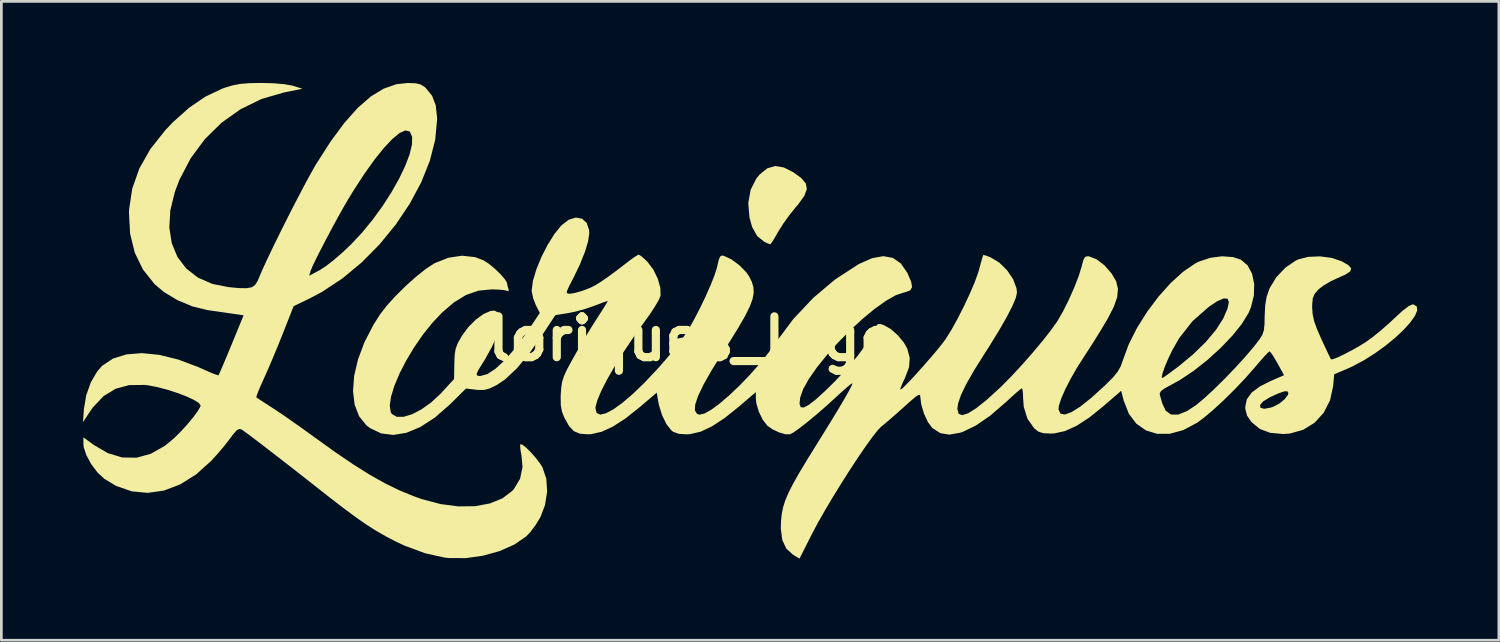
<source format=kicad_pcb>
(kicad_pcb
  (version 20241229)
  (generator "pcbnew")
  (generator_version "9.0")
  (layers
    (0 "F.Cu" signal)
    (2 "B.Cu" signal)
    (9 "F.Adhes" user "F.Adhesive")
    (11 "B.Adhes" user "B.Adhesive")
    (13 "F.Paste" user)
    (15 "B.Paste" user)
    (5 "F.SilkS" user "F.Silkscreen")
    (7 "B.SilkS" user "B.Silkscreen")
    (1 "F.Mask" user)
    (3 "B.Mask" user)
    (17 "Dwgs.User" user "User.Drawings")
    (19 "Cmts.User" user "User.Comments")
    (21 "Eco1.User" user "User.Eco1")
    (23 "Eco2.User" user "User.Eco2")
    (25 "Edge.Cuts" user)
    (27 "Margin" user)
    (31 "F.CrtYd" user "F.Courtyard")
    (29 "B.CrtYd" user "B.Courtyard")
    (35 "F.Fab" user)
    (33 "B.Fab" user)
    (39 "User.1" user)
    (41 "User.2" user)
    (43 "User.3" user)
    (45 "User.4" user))
  (footprint "loriques_logo"
    (layer "F.Cu")
    (at 22.418 9.402)
    (property "Reference" "loriques_logo" (at 0 0 0) (layer "F.SilkS") (effects (font (size 1.5 1.5) (thickness 0.3))))
    (attr board_only exclude_from_pos_files exclude_from_bom)
    (fp_poly (pts (xy 3.352 -6.294) (xy 3.696 -6.119) (xy 3.992 -5.905) (xy 4.157 -5.706) (xy 4.193 -5.497) (xy 4.103 -5.255) (xy 3.888 -4.955) (xy 3.793 -4.843) (xy 3.554 -4.547) (xy 3.32 -4.22) (xy 3.138 -3.931) (xy 3.131 -3.919) (xy 3.003 -3.693) (xy 2.901 -3.532) (xy 2.847 -3.47) (xy 2.847 -3.47) (xy 2.759 -3.501) (xy 2.628 -3.564) (xy 2.369 -3.773) (xy 2.183 -4.103) (xy 2.084 -4.457) (xy 2.04 -4.99) (xy 2.127 -5.474) (xy 2.338 -5.891) (xy 2.463 -6.041) (xy 2.742 -6.265) (xy 3.032 -6.349)) (stroke (width 0) (type solid)) (fill yes) (layer "F.SilkS"))
    (fp_poly (pts (xy -15.413 -9.391) (xy -15.025 -9.358) (xy -14.737 -9.309) (xy -14.691 -9.296) (xy -14.351 -9.19) (xy -15.03 -9.053) (xy -15.856 -8.812) (xy -16.624 -8.437) (xy -17.323 -7.941) (xy -17.939 -7.335) (xy -18.459 -6.631) (xy -18.872 -5.841) (xy -19.04 -5.398) (xy -19.207 -4.717) (xy -19.243 -4.084) (xy -19.154 -3.51) (xy -18.945 -3.006) (xy -18.623 -2.582) (xy -18.194 -2.248) (xy -17.662 -2.015) (xy -17.068 -1.896) (xy -16.672 -1.861) (xy -16.397 -1.857) (xy -16.212 -1.892) (xy -16.09 -1.977) (xy -16 -2.119) (xy -15.947 -2.243) (xy -15.916 -2.316) (xy -14.102 -2.316) (xy -13.697 -2.531) (xy -13.478 -2.674) (xy -13.189 -2.9) (xy -12.867 -3.18) (xy -12.565 -3.466) (xy -12.152 -3.907) (xy -11.759 -4.387) (xy -11.396 -4.888) (xy -11.071 -5.395) (xy -10.793 -5.89) (xy -10.569 -6.357) (xy -10.41 -6.779) (xy -10.323 -7.139) (xy -10.317 -7.421) (xy -10.4 -7.608) (xy -10.418 -7.624) (xy -10.569 -7.656) (xy -10.779 -7.561) (xy -11.041 -7.346) (xy -11.348 -7.021) (xy -11.692 -6.594) (xy -12.065 -6.073) (xy -12.461 -5.465) (xy -12.665 -5.131) (xy -12.843 -4.826) (xy -13.048 -4.46) (xy -13.265 -4.06) (xy -13.481 -3.654) (xy -13.681 -3.268) (xy -13.851 -2.93) (xy -13.978 -2.667) (xy -14.045 -2.506) (xy -14.049 -2.495) (xy -14.102 -2.316) (xy -15.916 -2.316) (xy -15.822 -2.535) (xy -15.639 -2.933) (xy -15.412 -3.407) (xy -15.155 -3.93) (xy -14.882 -4.475) (xy -14.607 -5.013) (xy -14.344 -5.516) (xy -14.108 -5.957) (xy -13.912 -6.307) (xy -13.847 -6.417) (xy -13.315 -7.249) (xy -12.805 -7.938) (xy -12.315 -8.488) (xy -11.836 -8.905) (xy -11.365 -9.192) (xy -10.896 -9.356) (xy -10.484 -9.401) (xy -10.202 -9.392) (xy -10.015 -9.351) (xy -9.87 -9.264) (xy -9.812 -9.213) (xy -9.583 -8.93) (xy -9.449 -8.577) (xy -9.4 -8.126) (xy -9.399 -8.056) (xy -9.469 -7.313) (xy -9.668 -6.537) (xy -9.984 -5.748) (xy -10.405 -4.962) (xy -10.918 -4.198) (xy -11.509 -3.475) (xy -12.167 -2.809) (xy -12.878 -2.218) (xy -13.63 -1.722) (xy -14.059 -1.494) (xy -14.674 -1.196) (xy -15.068 -0.196) (xy -15.243 0.24) (xy -15.432 0.696) (xy -15.613 1.119) (xy -15.763 1.456) (xy -15.768 1.466) (xy -15.896 1.751) (xy -15.991 1.981) (xy -16.041 2.125) (xy -16.044 2.156) (xy -15.971 2.207) (xy -15.801 2.318) (xy -15.565 2.471) (xy -15.447 2.547) (xy -15.176 2.726) (xy -14.824 2.968) (xy -14.431 3.245) (xy -14.037 3.528) (xy -13.92 3.613) (xy -13.154 4.163) (xy -12.479 4.622) (xy -11.874 5.002) (xy -11.318 5.314) (xy -10.792 5.571) (xy -10.275 5.784) (xy -9.956 5.898) (xy -9.274 6.079) (xy -8.618 6.164) (xy -8.007 6.156) (xy -7.458 6.056) (xy -6.993 5.866) (xy -6.63 5.588) (xy -6.576 5.528) (xy -6.347 5.144) (xy -6.259 4.709) (xy -6.297 4.3) (xy -6.336 4.076) (xy -6.347 3.92) (xy -6.338 3.877) (xy -6.261 3.897) (xy -6.122 4.008) (xy -5.949 4.18) (xy -5.77 4.384) (xy -5.613 4.589) (xy -5.523 4.734) (xy -5.384 5.148) (xy -5.354 5.622) (xy -5.432 6.114) (xy -5.6 6.555) (xy -5.771 6.84) (xy -5.971 7.108) (xy -6.121 7.265) (xy -6.56 7.567) (xy -7.103 7.808) (xy -7.711 7.977) (xy -8.345 8.066) (xy -8.966 8.063) (xy -9.135 8.044) (xy -9.837 7.888) (xy -10.585 7.612) (xy -10.949 7.441) (xy -11.306 7.254) (xy -11.647 7.057) (xy -11.995 6.836) (xy -12.375 6.572) (xy -12.81 6.25) (xy -13.326 5.853) (xy -13.584 5.65) (xy -14.189 5.175) (xy -14.752 4.735) (xy -15.262 4.339) (xy -15.706 3.996) (xy -16.074 3.714) (xy -16.354 3.503) (xy -16.535 3.372) (xy -16.593 3.333) (xy -16.681 3.317) (xy -16.783 3.382) (xy -16.924 3.55) (xy -17.003 3.658) (xy -17.206 3.92) (xy -17.46 4.222) (xy -17.7 4.487) (xy -18.259 4.989) (xy -18.84 5.354) (xy -19.436 5.581) (xy -20.034 5.667) (xy -20.625 5.611) (xy -21.199 5.411) (xy -21.636 5.148) (xy -21.885 4.916) (xy -22.113 4.614) (xy -22.29 4.289) (xy -22.39 3.989) (xy -22.401 3.877) (xy -22.402 3.625) (xy -22.032 3.897) (xy -21.505 4.206) (xy -20.977 4.365) (xy -20.45 4.374) (xy -19.927 4.232) (xy -19.411 3.939) (xy -19.074 3.662) (xy -18.826 3.417) (xy -18.582 3.15) (xy -18.365 2.888) (xy -18.198 2.662) (xy -18.105 2.499) (xy -18.093 2.452) (xy -18.162 2.359) (xy -18.349 2.244) (xy -18.624 2.117) (xy -18.96 1.99) (xy -19.324 1.873) (xy -19.69 1.777) (xy -20.026 1.713) (xy -20.145 1.699) (xy -20.717 1.705) (xy -21.218 1.839) (xy -21.657 2.108) (xy -22.046 2.516) (xy -22.195 2.728) (xy -22.418 3.071) (xy -22.381 2.569) (xy -22.297 2.073) (xy -22.128 1.601) (xy -21.894 1.2) (xy -21.709 0.992) (xy -21.311 0.729) (xy -20.821 0.576) (xy -20.251 0.53) (xy -19.612 0.594) (xy -18.917 0.765) (xy -18.178 1.043) (xy -18.032 1.109) (xy -17.768 1.226) (xy -17.562 1.308) (xy -17.447 1.343) (xy -17.435 1.342) (xy -17.397 1.265) (xy -17.313 1.073) (xy -17.193 0.791) (xy -17.048 0.442) (xy -16.959 0.226) (xy -16.513 -0.86) (xy -16.906 -0.918) (xy -17.196 -0.96) (xy -17.55 -1.011) (xy -17.828 -1.05) (xy -18.384 -1.184) (xy -18.94 -1.415) (xy -19.444 -1.718) (xy -19.788 -2.008) (xy -20.214 -2.546) (xy -20.514 -3.164) (xy -20.685 -3.86) (xy -20.727 -4.629) (xy -20.722 -4.749) (xy -20.608 -5.513) (xy -20.347 -6.254) (xy -19.939 -6.975) (xy -19.381 -7.677) (xy -19.116 -7.955) (xy -18.512 -8.494) (xy -17.915 -8.901) (xy -17.303 -9.19) (xy -17.2 -9.228) (xy -16.918 -9.313) (xy -16.641 -9.366) (xy -16.319 -9.394) (xy -15.9 -9.402) (xy -15.863 -9.402)) (stroke (width 0) (type solid)) (fill yes) (layer "F.SilkS"))
    (fp_poly (pts (xy -4.07 -4.412) (xy -3.9 -4.257) (xy -3.812 -3.994) (xy -3.805 -3.879) (xy -3.847 -3.584) (xy -3.964 -3.194) (xy -4.146 -2.738) (xy -4.384 -2.243) (xy -4.397 -2.218) (xy -4.539 -1.944) (xy -4.616 -1.777) (xy -4.633 -1.691) (xy -4.597 -1.659) (xy -4.516 -1.654) (xy -4.349 -1.68) (xy -4.106 -1.747) (xy -3.923 -1.81) (xy -3.748 -1.882) (xy -3.569 -1.974) (xy -3.364 -2.101) (xy -3.112 -2.276) (xy -2.79 -2.515) (xy -2.376 -2.833) (xy -2.312 -2.882) (xy -2.137 -3.008) (xy -2.011 -3.082) (xy -1.983 -3.09) (xy -1.9 -3.04) (xy -1.754 -2.913) (xy -1.658 -2.817) (xy -1.45 -2.541) (xy -1.289 -2.21) (xy -1.193 -1.875) (xy -1.184 -1.591) (xy -1.186 -1.576) (xy -1.248 -1.429) (xy -1.382 -1.197) (xy -1.568 -0.913) (xy -1.751 -0.656) (xy -2.155 -0.092) (xy -2.528 0.464) (xy -2.86 0.995) (xy -3.141 1.483) (xy -3.361 1.911) (xy -3.509 2.261) (xy -3.576 2.514) (xy -3.578 2.559) (xy -3.533 2.73) (xy -3.402 2.79) (xy -3.194 2.743) (xy -2.919 2.596) (xy -2.584 2.355) (xy -2.199 2.026) (xy -1.773 1.615) (xy -1.314 1.129) (xy -1.01 0.785) (xy -0.673 0.382) (xy -0.409 0.038) (xy -0.185 -0.296) (xy 0.03 -0.67) (xy 0.269 -1.132) (xy 0.279 -1.151) (xy 0.478 -1.568) (xy 0.656 -1.971) (xy 0.795 -2.324) (xy 0.882 -2.59) (xy 0.895 -2.645) (xy 0.952 -2.891) (xy 1.005 -3.019) (xy 1.072 -3.058) (xy 1.142 -3.047) (xy 1.421 -2.917) (xy 1.714 -2.701) (xy 1.964 -2.446) (xy 2.07 -2.293) (xy 2.171 -2.091) (xy 2.229 -1.896) (xy 2.24 -1.691) (xy 2.197 -1.458) (xy 2.095 -1.182) (xy 1.928 -0.844) (xy 1.689 -0.429) (xy 1.374 0.081) (xy 1.092 0.521) (xy 0.696 1.157) (xy 0.397 1.683) (xy 0.196 2.102) (xy 0.089 2.419) (xy 0.077 2.638) (xy 0.157 2.761) (xy 0.245 2.791) (xy 0.424 2.753) (xy 0.678 2.612) (xy 0.988 2.383) (xy 1.338 2.084) (xy 1.71 1.731) (xy 2.087 1.341) (xy 2.451 0.929) (xy 2.785 0.513) (xy 3.054 0.135) (xy 3.696 -0.723) (xy 4.428 -1.5) (xy 5.226 -2.174) (xy 6.067 -2.722) (xy 6.127 -2.755) (xy 6.6 -2.963) (xy 7.009 -3.035) (xy 7.357 -2.97) (xy 7.649 -2.767) (xy 7.885 -2.426) (xy 7.905 -2.385) (xy 8.03 -2.091) (xy 8.061 -1.896) (xy 7.994 -1.777) (xy 7.824 -1.712) (xy 7.767 -1.701) (xy 7.464 -1.599) (xy 7.096 -1.39) (xy 6.682 -1.094) (xy 6.24 -0.728) (xy 5.789 -0.312) (xy 5.348 0.134) (xy 4.936 0.593) (xy 4.571 1.045) (xy 4.272 1.471) (xy 4.058 1.851) (xy 3.947 2.168) (xy 3.947 2.169) (xy 3.925 2.393) (xy 3.965 2.515) (xy 4.073 2.531) (xy 4.255 2.439) (xy 4.517 2.237) (xy 4.863 1.922) (xy 5.193 1.599) (xy 5.664 1.101) (xy 6.07 0.619) (xy 6.391 0.177) (xy 6.611 -0.203) (xy 6.632 -0.25) (xy 6.727 -0.45) (xy 6.803 -0.537) (xy 6.902 -0.54) (xy 7.014 -0.505) (xy 7.27 -0.362) (xy 7.536 -0.129) (xy 7.763 0.146) (xy 7.883 0.358) (xy 7.976 0.704) (xy 7.951 1.048) (xy 7.805 1.433) (xy 7.794 1.456) (xy 7.694 1.669) (xy 7.638 1.822) (xy 7.634 1.873) (xy 7.695 1.835) (xy 7.833 1.702) (xy 8.029 1.498) (xy 8.263 1.243) (xy 8.514 0.961) (xy 8.764 0.674) (xy 8.993 0.402) (xy 9.181 0.169) (xy 9.295 0.015) (xy 9.504 -0.318) (xy 9.735 -0.735) (xy 9.969 -1.195) (xy 10.187 -1.66) (xy 10.369 -2.089) (xy 10.496 -2.441) (xy 10.52 -2.527) (xy 10.59 -2.787) (xy 10.646 -2.982) (xy 10.675 -3.074) (xy 10.676 -3.076) (xy 10.749 -3.065) (xy 10.907 -3.009) (xy 10.947 -2.992) (xy 11.27 -2.797) (xy 11.556 -2.515) (xy 11.777 -2.187) (xy 11.902 -1.854) (xy 11.919 -1.698) (xy 11.874 -1.498) (xy 11.743 -1.188) (xy 11.532 -0.779) (xy 11.245 -0.281) (xy 10.89 0.295) (xy 10.72 0.56) (xy 10.343 1.161) (xy 10.059 1.657) (xy 9.865 2.057) (xy 9.756 2.371) (xy 9.726 2.582) (xy 9.77 2.757) (xy 9.902 2.811) (xy 10.119 2.743) (xy 10.422 2.554) (xy 10.809 2.245) (xy 11.28 1.815) (xy 11.378 1.721) (xy 11.735 1.358) (xy 12.12 0.942) (xy 12.505 0.504) (xy 12.864 0.074) (xy 13.169 -0.315) (xy 13.395 -0.632) (xy 13.405 -0.649) (xy 13.609 -1.001) (xy 13.822 -1.427) (xy 14.021 -1.876) (xy 14.186 -2.3) (xy 14.294 -2.649) (xy 14.301 -2.674) (xy 14.36 -2.897) (xy 14.421 -3.005) (xy 14.511 -3.031) (xy 14.57 -3.026) (xy 14.85 -2.918) (xy 15.144 -2.69) (xy 15.403 -2.388) (xy 15.564 -2.112) (xy 15.631 -1.835) (xy 15.603 -1.53) (xy 15.477 -1.171) (xy 15.249 -0.73) (xy 15.237 -0.71) (xy 15.014 -0.334) (xy 14.749 0.094) (xy 14.488 0.501) (xy 14.394 0.643) (xy 14.129 1.059) (xy 13.89 1.476) (xy 13.69 1.866) (xy 13.542 2.205) (xy 13.458 2.467) (xy 13.445 2.603) (xy 13.519 2.756) (xy 13.68 2.786) (xy 13.926 2.697) (xy 14.254 2.49) (xy 14.662 2.164) (xy 15.148 1.722) (xy 15.186 1.686) (xy 15.448 1.422) (xy 15.457 1.411) (xy 17.241 1.411) (xy 17.258 1.446) (xy 17.33 1.403) (xy 17.494 1.287) (xy 17.722 1.12) (xy 17.878 1.002) (xy 18.403 0.566) (xy 18.864 0.115) (xy 19.236 -0.328) (xy 19.496 -0.735) (xy 19.506 -0.755) (xy 19.658 -1.106) (xy 19.708 -1.345) (xy 19.66 -1.471) (xy 19.514 -1.481) (xy 19.273 -1.374) (xy 18.973 -1.174) (xy 18.368 -0.642) (xy 17.878 -0.016) (xy 17.626 0.425) (xy 17.473 0.745) (xy 17.351 1.035) (xy 17.271 1.266) (xy 17.241 1.411) (xy 15.457 1.411) (xy 15.621 1.211) (xy 15.734 1.01) (xy 15.816 0.778) (xy 16.03 0.199) (xy 16.333 -0.4) (xy 16.704 -0.991) (xy 17.123 -1.55) (xy 17.571 -2.049) (xy 18.026 -2.462) (xy 18.469 -2.765) (xy 18.607 -2.835) (xy 19.027 -2.975) (xy 19.464 -3.031) (xy 19.868 -3) (xy 20.146 -2.907) (xy 20.395 -2.698) (xy 20.561 -2.389) (xy 20.639 -2.009) (xy 20.627 -1.587) (xy 20.519 -1.153) (xy 20.432 -0.947) (xy 20.187 -0.548) (xy 19.835 -0.11) (xy 19.403 0.342) (xy 18.919 0.782) (xy 18.412 1.182) (xy 17.909 1.518) (xy 17.606 1.685) (xy 17.349 1.823) (xy 17.21 1.926) (xy 17.165 2.017) (xy 17.171 2.062) (xy 17.224 2.252) (xy 17.257 2.372) (xy 17.385 2.646) (xy 17.58 2.786) (xy 17.842 2.791) (xy 18.169 2.66) (xy 18.503 2.44) (xy 18.799 2.193) (xy 19.159 1.861) (xy 19.553 1.473) (xy 19.95 1.06) (xy 20.32 0.655) (xy 20.631 0.287) (xy 20.688 0.215) (xy 20.848 0.004) (xy 20.946 -0.159) (xy 20.997 -0.323) (xy 21.018 -0.541) (xy 21.024 -0.834) (xy 21.043 -1.232) (xy 21.096 -1.541) (xy 21.192 -1.822) (xy 21.209 -1.861) (xy 21.453 -2.261) (xy 21.789 -2.615) (xy 22.171 -2.875) (xy 22.265 -2.918) (xy 22.628 -3.01) (xy 23.057 -3.027) (xy 23.488 -2.971) (xy 23.855 -2.847) (xy 24.097 -2.708) (xy 24.204 -2.59) (xy 24.172 -2.479) (xy 23.997 -2.36) (xy 23.726 -2.239) (xy 23.432 -2.101) (xy 23.165 -1.941) (xy 22.988 -1.8) (xy 22.857 -1.642) (xy 22.792 -1.484) (xy 22.771 -1.263) (xy 22.771 -1.138) (xy 22.789 -0.891) (xy 22.844 -0.641) (xy 22.951 -0.345) (xy 23.107 0.009) (xy 23.246 0.309) (xy 23.361 0.554) (xy 23.438 0.713) (xy 23.462 0.759) (xy 23.542 0.751) (xy 23.721 0.68) (xy 23.967 0.562) (xy 24.251 0.413) (xy 24.54 0.248) (xy 24.729 0.131) (xy 24.987 -0.054) (xy 25.3 -0.308) (xy 25.617 -0.587) (xy 25.765 -0.726) (xy 26.084 -1.02) (xy 26.319 -1.2) (xy 26.466 -1.264) (xy 26.483 -1.263) (xy 26.616 -1.187) (xy 26.634 -1.044) (xy 26.551 -0.844) (xy 26.381 -0.603) (xy 26.137 -0.332) (xy 25.832 -0.044) (xy 25.479 0.247) (xy 25.092 0.528) (xy 24.683 0.787) (xy 24.267 1.01) (xy 24.054 1.107) (xy 23.58 1.309) (xy 23.541 1.742) (xy 23.426 2.269) (xy 23.193 2.724) (xy 22.86 3.088) (xy 22.442 3.347) (xy 21.956 3.485) (xy 21.707 3.503) (xy 21.228 3.46) (xy 20.847 3.318) (xy 20.544 3.068) (xy 20.54 3.064) (xy 20.373 2.823) (xy 20.312 2.577) (xy 20.31 2.507) (xy 20.323 2.441) (xy 20.854 2.441) (xy 20.87 2.539) (xy 21.007 2.576) (xy 21.256 2.53) (xy 21.344 2.499) (xy 21.567 2.381) (xy 21.759 2.224) (xy 21.878 2.066) (xy 21.897 1.994) (xy 21.858 1.931) (xy 21.733 1.938) (xy 21.506 2.019) (xy 21.217 2.151) (xy 20.967 2.305) (xy 20.854 2.441) (xy 20.323 2.441) (xy 20.366 2.23) (xy 20.544 1.981) (xy 20.853 1.751) (xy 21.245 1.555) (xy 21.736 1.341) (xy 21.495 0.903) (xy 21.366 0.68) (xy 21.261 0.522) (xy 21.204 0.464) (xy 21.138 0.518) (xy 20.999 0.664) (xy 20.81 0.879) (xy 20.665 1.049) (xy 20.316 1.447) (xy 19.923 1.861) (xy 19.515 2.264) (xy 19.121 2.626) (xy 18.77 2.921) (xy 18.537 3.092) (xy 18.027 3.361) (xy 17.534 3.495) (xy 17.074 3.497) (xy 16.66 3.371) (xy 16.307 3.123) (xy 16.03 2.757) (xy 15.842 2.276) (xy 15.841 2.273) (xy 15.749 1.914) (xy 15.1 2.476) (xy 14.573 2.9) (xy 14.108 3.203) (xy 13.689 3.393) (xy 13.298 3.48) (xy 13.15 3.487) (xy 12.883 3.472) (xy 12.705 3.416) (xy 12.556 3.299) (xy 12.553 3.297) (xy 12.302 2.941) (xy 12.167 2.499) (xy 12.145 2.204) (xy 12.137 1.988) (xy 12.115 1.85) (xy 12.098 1.824) (xy 12.026 1.872) (xy 11.871 2.003) (xy 11.661 2.192) (xy 11.529 2.316) (xy 10.943 2.822) (xy 10.406 3.193) (xy 9.921 3.426) (xy 9.83 3.456) (xy 9.433 3.526) (xy 9.102 3.472) (xy 8.813 3.287) (xy 8.798 3.274) (xy 8.641 3.06) (xy 8.501 2.757) (xy 8.401 2.427) (xy 8.366 2.145) (xy 8.354 2.075) (xy 8.309 2.064) (xy 8.209 2.123) (xy 8.037 2.265) (xy 7.78 2.495) (xy 7.502 2.743) (xy 7.234 2.976) (xy 7.017 3.161) (xy 6.929 3.231) (xy 6.792 3.373) (xy 6.594 3.625) (xy 6.347 3.968) (xy 6.066 4.38) (xy 5.763 4.841) (xy 5.452 5.331) (xy 5.146 5.828) (xy 4.858 6.312) (xy 4.602 6.763) (xy 4.391 7.16) (xy 4.388 7.165) (xy 3.923 8.084) (xy 3.683 7.938) (xy 3.439 7.717) (xy 3.291 7.401) (xy 3.236 6.98) (xy 3.244 6.7) (xy 3.27 6.448) (xy 3.318 6.205) (xy 3.397 5.952) (xy 3.516 5.67) (xy 3.684 5.338) (xy 3.91 4.938) (xy 4.204 4.449) (xy 4.533 3.918) (xy 4.963 3.226) (xy 5.309 2.659) (xy 5.572 2.217) (xy 5.752 1.898) (xy 5.851 1.702) (xy 5.871 1.637) (xy 5.82 1.662) (xy 5.682 1.773) (xy 5.48 1.951) (xy 5.285 2.13) (xy 4.923 2.46) (xy 4.561 2.775) (xy 4.222 3.057) (xy 3.928 3.286) (xy 3.703 3.445) (xy 3.58 3.512) (xy 3.41 3.513) (xy 3.174 3.445) (xy 2.928 3.329) (xy 2.745 3.2) (xy 2.575 2.984) (xy 2.429 2.686) (xy 2.337 2.375) (xy 2.32 2.215) (xy 2.318 1.964) (xy 1.694 2.498) (xy 1.165 2.921) (xy 0.702 3.224) (xy 0.29 3.417) (xy -0.087 3.505) (xy -0.221 3.514) (xy -0.515 3.497) (xy -0.713 3.426) (xy -0.787 3.371) (xy -0.969 3.14) (xy -1.13 2.81) (xy -1.246 2.431) (xy -1.271 2.299) (xy -1.323 1.981) (xy -1.939 2.506) (xy -2.471 2.929) (xy -2.937 3.231) (xy -3.352 3.421) (xy -3.731 3.507) (xy -3.85 3.514) (xy -4.149 3.492) (xy -4.369 3.4) (xy -4.548 3.212) (xy -4.719 2.907) (xy -4.809 2.682) (xy -4.852 2.45) (xy -4.857 2.152) (xy -4.852 2.025) (xy -4.834 1.777) (xy -4.8 1.573) (xy -4.735 1.372) (xy -4.626 1.136) (xy -4.458 0.823) (xy -4.382 0.686) (xy -4.156 0.292) (xy -3.904 -0.133) (xy -3.663 -0.526) (xy -3.532 -0.73) (xy -3.36 -0.998) (xy -3.224 -1.214) (xy -3.141 -1.351) (xy -3.125 -1.383) (xy -3.189 -1.37) (xy -3.356 -1.312) (xy -3.591 -1.22) (xy -3.597 -1.218) (xy -3.943 -1.098) (xy -4.329 -0.993) (xy -4.561 -0.946) (xy -5.053 -0.866) (xy -5.53 -0.14) (xy -6.019 0.553) (xy -6.474 1.097) (xy -6.898 1.495) (xy -7.207 1.703) (xy -7.466 1.829) (xy -7.675 1.884) (xy -7.903 1.882) (xy -7.97 1.875) (xy -8.337 1.831) (xy -8.937 2.424) (xy -9.479 2.898) (xy -10.011 3.243) (xy -10.523 3.457) (xy -11.008 3.537) (xy -11.457 3.481) (xy -11.862 3.288) (xy -12.002 3.179) (xy -12.269 2.847) (xy -12.431 2.424) (xy -12.49 1.925) (xy -12.449 1.366) (xy -12.308 0.763) (xy -12.071 0.131) (xy -11.738 -0.513) (xy -11.501 -0.887) (xy -11.253 -1.21) (xy -10.925 -1.571) (xy -10.553 -1.939) (xy -10.168 -2.283) (xy -9.806 -2.571) (xy -9.499 -2.771) (xy -9.481 -2.78) (xy -8.98 -2.978) (xy -8.477 -3.052) (xy -8.002 -2.999) (xy -7.693 -2.882) (xy -7.499 -2.757) (xy -7.283 -2.578) (xy -7.077 -2.381) (xy -6.916 -2.198) (xy -6.833 -2.062) (xy -6.829 -2.038) (xy -6.804 -1.913) (xy -6.778 -1.837) (xy -6.765 -1.746) (xy -6.814 -1.758) (xy -6.93 -1.786) (xy -7.147 -1.806) (xy -7.391 -1.814) (xy -7.875 -1.767) (xy -8.332 -1.61) (xy -8.785 -1.332) (xy -9.222 -0.957) (xy -9.584 -0.573) (xy -9.931 -0.137) (xy -10.252 0.33) (xy -10.539 0.81) (xy -10.781 1.282) (xy -10.968 1.726) (xy -11.091 2.124) (xy -11.14 2.453) (xy -11.105 2.696) (xy -11.063 2.768) (xy -10.885 2.871) (xy -10.63 2.871) (xy -10.318 2.776) (xy -9.974 2.597) (xy -9.617 2.342) (xy -9.272 2.023) (xy -9.23 1.977) (xy -8.776 1.483) (xy -8.766 0.91) (xy -8.753 0.594) (xy -8.716 0.365) (xy -8.637 0.159) (xy -8.498 -0.087) (xy -8.483 -0.111) (xy -8.25 -0.429) (xy -7.976 -0.702) (xy -7.693 -0.908) (xy -7.433 -1.021) (xy -7.288 -1.034) (xy -7.135 -0.953) (xy -7.072 -0.767) (xy -7.093 -0.489) (xy -7.195 -0.134) (xy -7.376 0.283) (xy -7.632 0.749) (xy -7.741 0.923) (xy -7.885 1.155) (xy -7.947 1.289) (xy -7.931 1.352) (xy -7.842 1.37) (xy -7.807 1.37) (xy -7.555 1.302) (xy -7.254 1.106) (xy -6.912 0.79) (xy -6.541 0.364) (xy -6.15 -0.161) (xy -6.031 -0.337) (xy -5.623 -0.948) (xy -5.772 -1.241) (xy -5.869 -1.49) (xy -5.92 -1.738) (xy -5.922 -1.786) (xy -5.876 -2.131) (xy -5.75 -2.551) (xy -5.564 -3.006) (xy -5.334 -3.455) (xy -5.081 -3.858) (xy -4.829 -4.168) (xy -4.559 -4.375) (xy -4.298 -4.454)) (stroke (width 0) (type solid)) (fill yes) (layer "F.SilkS")))
  (gr_rect
    (start -3 -3)
    (end 52.052 20.487)
    (stroke (width 0.1) (type default))
    (fill no)
    (layer "Edge.Cuts")))
</source>
